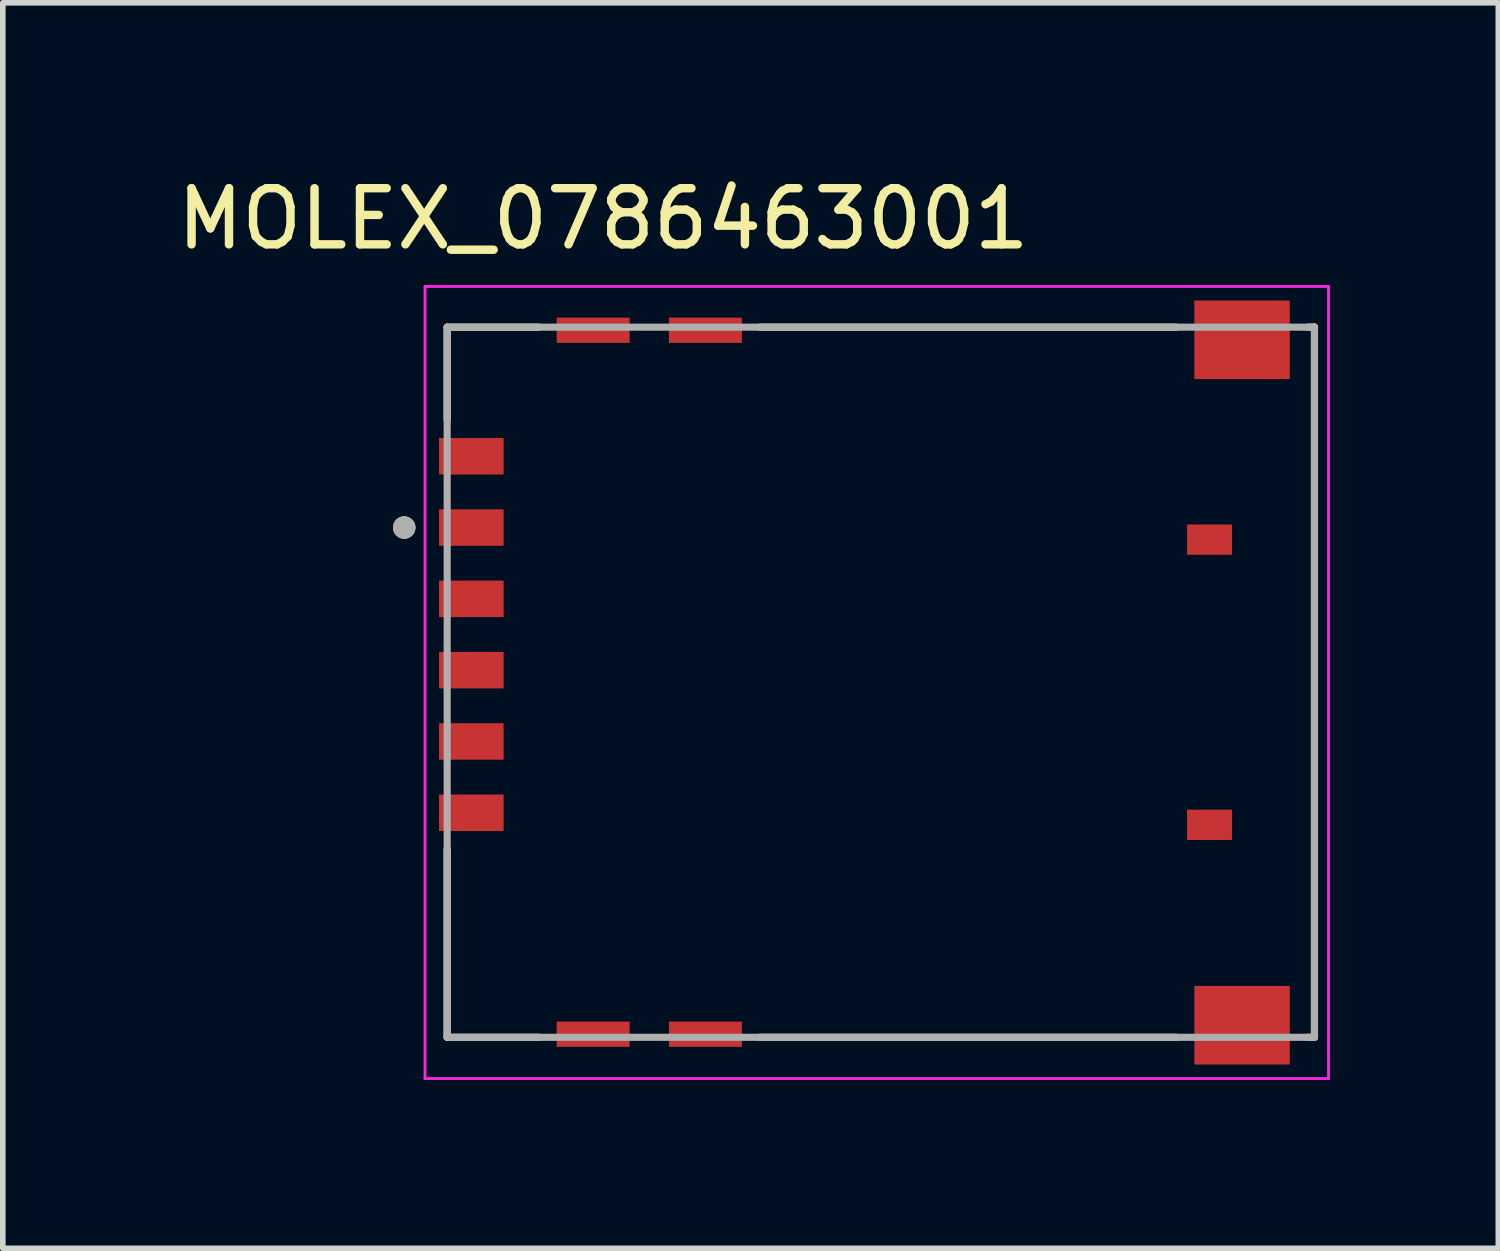
<source format=kicad_pcb>
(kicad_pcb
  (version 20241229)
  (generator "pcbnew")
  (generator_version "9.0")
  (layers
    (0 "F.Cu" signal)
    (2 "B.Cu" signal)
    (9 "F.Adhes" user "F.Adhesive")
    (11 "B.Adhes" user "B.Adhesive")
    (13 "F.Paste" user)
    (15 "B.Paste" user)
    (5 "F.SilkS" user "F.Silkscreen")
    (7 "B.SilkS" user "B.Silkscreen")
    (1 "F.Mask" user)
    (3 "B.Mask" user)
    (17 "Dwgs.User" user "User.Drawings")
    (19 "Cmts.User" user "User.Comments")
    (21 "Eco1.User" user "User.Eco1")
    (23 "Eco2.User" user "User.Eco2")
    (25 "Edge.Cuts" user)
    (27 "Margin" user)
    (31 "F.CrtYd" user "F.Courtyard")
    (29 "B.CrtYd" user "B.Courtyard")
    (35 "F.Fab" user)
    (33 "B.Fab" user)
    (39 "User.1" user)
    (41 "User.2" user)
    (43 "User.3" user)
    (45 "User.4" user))
  (footprint "MOLEX_0786463001"
    (layer "F.Cu")
    (at 12.641 9.103)
    (property "Reference" "MOLEX_0786463001" (at -4.945 -8.255 0) (layer "F.SilkS") (effects (font (size 1 1) (thickness 0.15))))
    (attr smd)
    (fp_line (start -7.725 -6.325) (end -6.095 -6.325) (stroke (width 0.127) (type solid)) (layer "F.SilkS"))
    (fp_line (start -7.725 -4.67) (end -7.725 -6.325) (stroke (width 0.127) (type solid)) (layer "F.SilkS"))
    (fp_line (start -7.725 6.325) (end -7.725 2.97) (stroke (width 0.127) (type solid)) (layer "F.SilkS"))
    (fp_line (start -6.095 6.325) (end -7.725 6.325) (stroke (width 0.127) (type solid)) (layer "F.SilkS"))
    (fp_line (start -2.155 -6.325) (end 5.265 -6.325) (stroke (width 0.127) (type solid)) (layer "F.SilkS"))
    (fp_line (start -2.155 6.325) (end 5.265 6.325) (stroke (width 0.127) (type solid)) (layer "F.SilkS"))
    (fp_line (start 7.725 -6.325) (end 7.605 -6.325) (stroke (width 0.127) (type solid)) (layer "F.SilkS"))
    (fp_line (start 7.725 -6.325) (end 7.725 6.325) (stroke (width 0.127) (type solid)) (layer "F.SilkS"))
    (fp_line (start 7.725 6.325) (end 7.605 6.325) (stroke (width 0.127) (type solid)) (layer "F.SilkS"))
    (fp_circle (center -8.49 -2.755) (end -8.39 -2.755) (stroke (width 0.2) (type solid)) (fill no) (layer "F.SilkS"))
    (fp_line (start -8.12 -7.05) (end -8.12 7.06) (stroke (width 0.05) (type solid)) (layer "F.CrtYd"))
    (fp_line (start -8.12 7.06) (end 7.975 7.06) (stroke (width 0.05) (type solid)) (layer "F.CrtYd"))
    (fp_line (start 7.975 -7.05) (end -8.12 -7.05) (stroke (width 0.05) (type solid)) (layer "F.CrtYd"))
    (fp_line (start 7.975 7.06) (end 7.975 -7.05) (stroke (width 0.05) (type solid)) (layer "F.CrtYd"))
    (fp_line (start -7.725 -6.325) (end 7.725 -6.325) (stroke (width 0.127) (type solid)) (layer "F.Fab"))
    (fp_line (start -7.725 6.325) (end -7.725 -6.325) (stroke (width 0.127) (type solid)) (layer "F.Fab"))
    (fp_line (start 7.725 -6.325) (end 7.725 6.325) (stroke (width 0.127) (type solid)) (layer "F.Fab"))
    (fp_line (start 7.725 6.325) (end -7.725 6.325) (stroke (width 0.127) (type solid)) (layer "F.Fab"))
    (fp_circle (center -8.49 -2.755) (end -8.39 -2.755) (stroke (width 0.2) (type solid)) (fill no) (layer "F.Fab"))
    (pad "C1" smd rect (at -7.295 -2.755) (size 1.15 0.65) (layers "F.Cu" "F.Mask" "F.Paste"))
    (pad "C2" smd rect (at -7.295 -0.215) (size 1.15 0.65) (layers "F.Cu" "F.Mask" "F.Paste"))
    (pad "C3" smd rect (at -7.295 2.325) (size 1.15 0.65) (layers "F.Cu" "F.Mask" "F.Paste"))
    (pad "C5" smd rect (at -7.295 -4.025) (size 1.15 0.65) (layers "F.Cu" "F.Mask" "F.Paste"))
    (pad "C6" smd rect (at -7.295 -1.485) (size 1.15 0.65) (layers "F.Cu" "F.Mask" "F.Paste"))
    (pad "C7" smd rect (at -7.295 1.055) (size 1.15 0.65) (layers "F.Cu" "F.Mask" "F.Paste"))
    (pad "G1" smd rect (at -5.125 6.27) (size 1.3 0.45) (layers "F.Cu" "F.Mask" "F.Paste"))
    (pad "G2" smd rect (at -5.125 -6.27) (size 1.3 0.45) (layers "F.Cu" "F.Mask" "F.Paste"))
    (pad "G3" smd rect (at -3.125 6.27) (size 1.3 0.45) (layers "F.Cu" "F.Mask" "F.Paste"))
    (pad "G4" smd rect (at -3.125 -6.27) (size 1.3 0.45) (layers "F.Cu" "F.Mask" "F.Paste"))
    (pad "G5" smd rect (at 6.435 6.11) (size 1.7 1.4) (layers "F.Cu" "F.Mask" "F.Paste"))
    (pad "G6" smd rect (at 6.435 -6.1) (size 1.7 1.4) (layers "F.Cu" "F.Mask" "F.Paste"))
    (pad "X1" smd rect (at 5.855 -2.54) (size 0.8 0.54) (layers "F.Cu" "F.Mask" "F.Paste"))
    (pad "X2" smd rect (at 5.855 2.54) (size 0.8 0.54) (layers "F.Cu" "F.Mask" "F.Paste")))
  (gr_rect
    (start -3 -3)
    (end 23.641 19.188)
    (stroke (width 0.1) (type default))
    (fill no)
    (layer "Edge.Cuts")))
</source>
